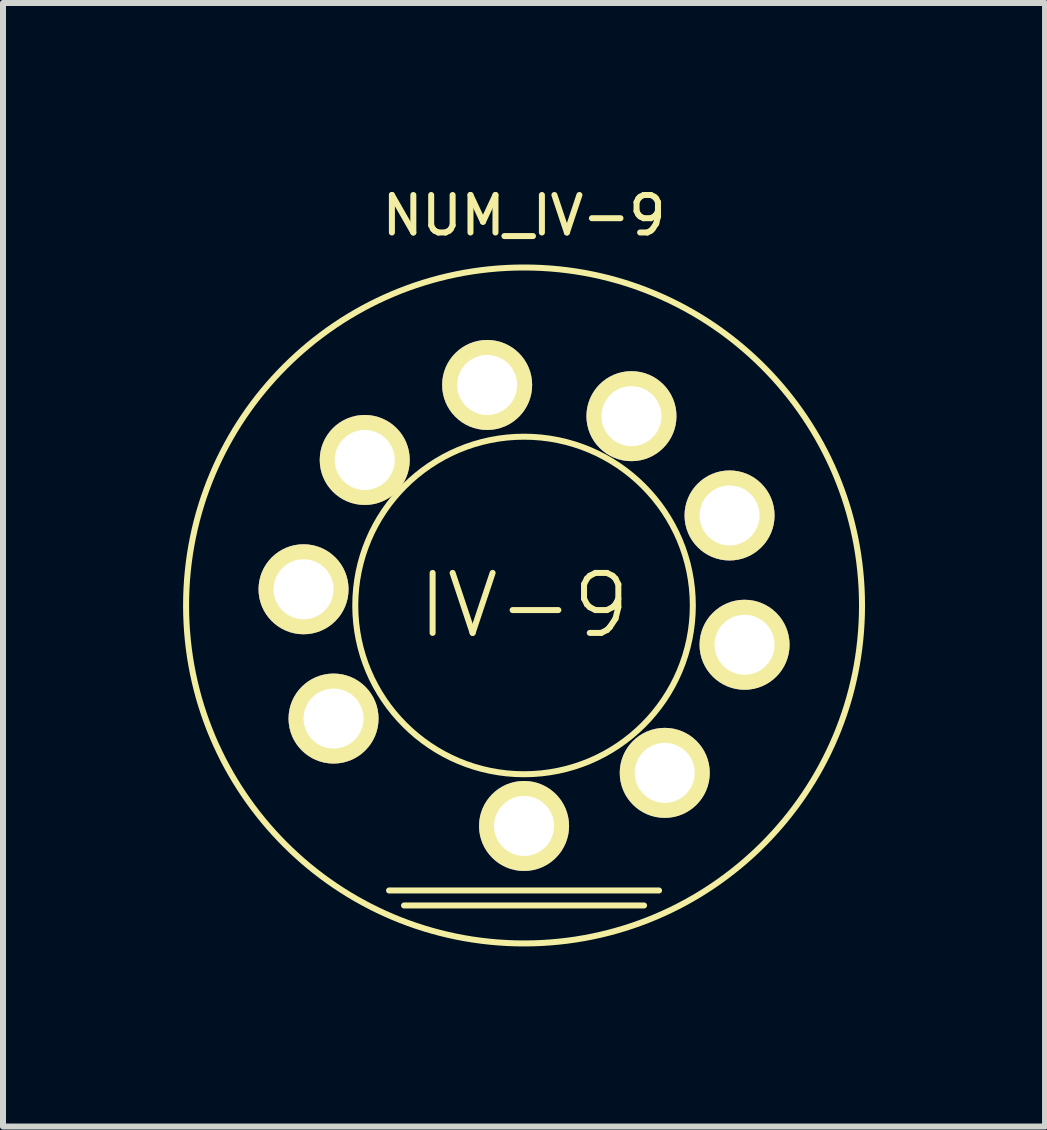
<source format=kicad_pcb>
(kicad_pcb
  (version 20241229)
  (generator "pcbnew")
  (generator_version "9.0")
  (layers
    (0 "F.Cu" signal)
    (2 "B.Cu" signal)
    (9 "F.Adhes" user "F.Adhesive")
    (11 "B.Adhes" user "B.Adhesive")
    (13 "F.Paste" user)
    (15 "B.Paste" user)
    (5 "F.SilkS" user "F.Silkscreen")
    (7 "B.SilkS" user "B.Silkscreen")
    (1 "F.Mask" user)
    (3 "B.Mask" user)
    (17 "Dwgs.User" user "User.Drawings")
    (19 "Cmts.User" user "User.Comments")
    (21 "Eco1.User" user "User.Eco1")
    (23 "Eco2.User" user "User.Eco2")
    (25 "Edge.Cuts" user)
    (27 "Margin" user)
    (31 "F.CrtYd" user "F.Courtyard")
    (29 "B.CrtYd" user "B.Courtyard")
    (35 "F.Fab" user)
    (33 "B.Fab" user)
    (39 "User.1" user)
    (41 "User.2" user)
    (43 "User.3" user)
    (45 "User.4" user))
  (footprint "NUM_IV-9"
    (layer "F.Cu")
    (at 5.684 7.041)
    (property "Reference" "NUM_IV-9" (at 0 -6.5 0) (layer "F.SilkS") (effects (font (size 0.625 0.625) (thickness 0.1))))
    (attr through_hole)
    (fp_line (start -2.25 4.75) (end 2.25 4.75) (stroke (width 0.1) (type solid)) (layer "F.SilkS"))
    (fp_line (start -2 5) (end 2 5) (stroke (width 0.1) (type solid)) (layer "F.SilkS"))
    (fp_circle (center 0 0) (end 1.989 1.989) (stroke (width 0.1) (type solid)) (fill no) (layer "F.SilkS"))
    (fp_circle (center 0 0) (end 3.983 3.983) (stroke (width 0.1) (type solid)) (fill no) (layer "F.SilkS"))
    (fp_text user "IV-9" (at 0 0 0) (layer "F.SilkS") (effects (font (size 1 1) (thickness 0.1))))
    (pad "1" thru_hole circle (at 0 3.675) (size 1.5 1.5) (drill 1) (layers "*.Cu" "*.Mask" "F.SilkS"))
    (pad "2" thru_hole circle (at 2.345 2.79) (size 1.5 1.5) (drill 1) (layers "*.Cu" "*.Mask" "F.SilkS"))
    (pad "3" thru_hole circle (at 3.675 0.655) (size 1.5 1.5) (drill 1) (layers "*.Cu" "*.Mask" "F.SilkS"))
    (pad "4" thru_hole circle (at 3.425 -1.5) (size 1.5 1.5) (drill 1) (layers "*.Cu" "*.Mask" "F.SilkS"))
    (pad "5" thru_hole circle (at 1.79 -3.155) (size 1.5 1.5) (drill 1) (layers "*.Cu" "*.Mask" "F.SilkS"))
    (pad "6" thru_hole circle (at -0.615 -3.675) (size 1.5 1.5) (drill 1) (layers "*.Cu" "*.Mask" "F.SilkS"))
    (pad "7" thru_hole circle (at -2.655 -2.425) (size 1.5 1.5) (drill 1) (layers "*.Cu" "*.Mask" "F.SilkS"))
    (pad "8" thru_hole circle (at -3.675 -0.27) (size 1.5 1.5) (drill 1) (layers "*.Cu" "*.Mask" "F.SilkS"))
    (pad "9" thru_hole circle (at -3.175 1.885) (size 1.5 1.5) (drill 1) (layers "*.Cu" "*.Mask" "F.SilkS")))
  (gr_rect
    (start -3 -3)
    (end 14.367 15.725)
    (stroke (width 0.1) (type default))
    (fill no)
    (layer "Edge.Cuts")))
</source>
